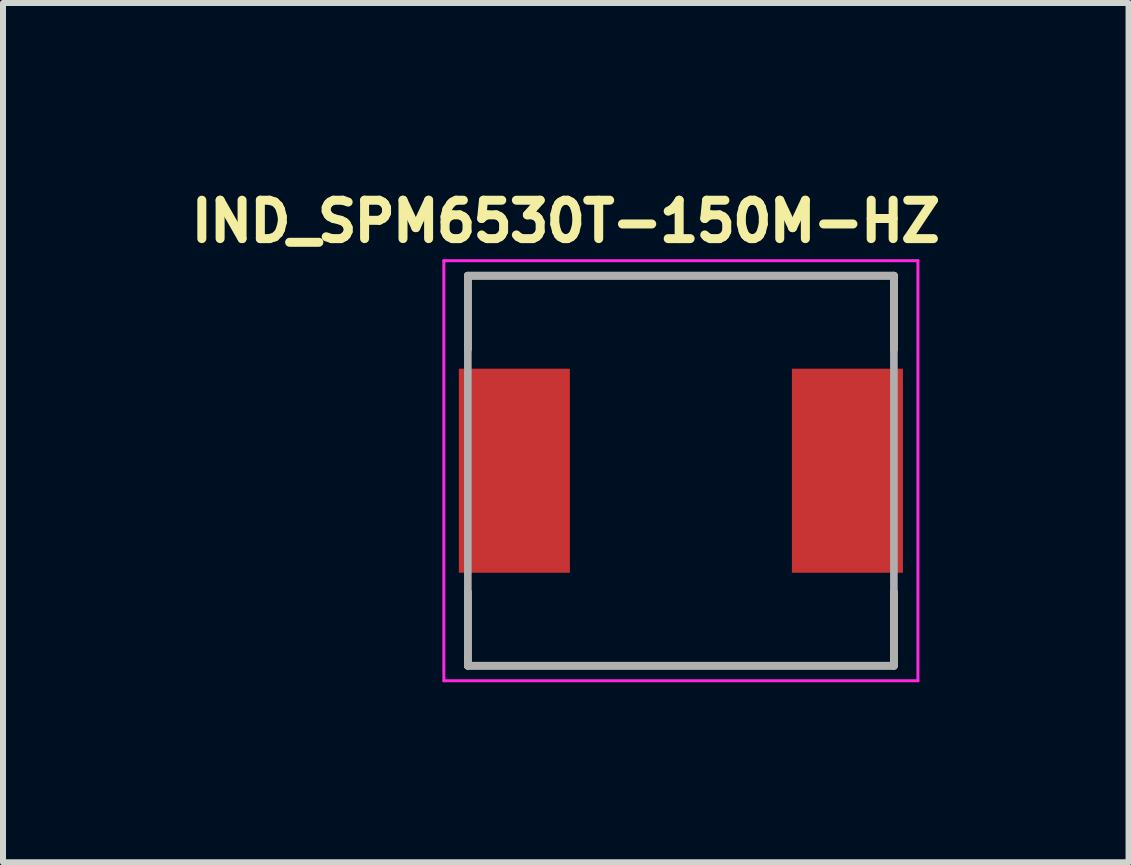
<source format=kicad_pcb>
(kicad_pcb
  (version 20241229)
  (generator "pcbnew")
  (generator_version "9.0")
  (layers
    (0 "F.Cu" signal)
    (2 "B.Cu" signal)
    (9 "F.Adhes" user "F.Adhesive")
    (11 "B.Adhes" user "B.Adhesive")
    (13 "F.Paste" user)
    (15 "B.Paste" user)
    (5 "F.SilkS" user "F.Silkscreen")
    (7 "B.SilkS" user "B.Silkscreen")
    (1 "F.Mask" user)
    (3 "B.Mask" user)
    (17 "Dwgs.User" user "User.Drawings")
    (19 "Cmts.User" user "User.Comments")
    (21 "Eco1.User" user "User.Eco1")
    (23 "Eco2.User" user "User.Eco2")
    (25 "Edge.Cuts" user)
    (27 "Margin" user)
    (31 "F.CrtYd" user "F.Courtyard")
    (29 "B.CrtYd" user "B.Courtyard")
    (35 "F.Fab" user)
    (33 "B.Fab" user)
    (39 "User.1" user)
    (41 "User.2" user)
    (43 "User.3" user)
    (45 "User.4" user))
  (footprint "IND_SPM6530T-150M-HZ"
    (layer "F.Cu")
    (at 8.296 4.794)
    (property "Reference" "IND_SPM6530T-150M-HZ" (at -1.918 -4.156 0) (layer "F.SilkS") (effects (font (size 0.64 0.64) (thickness 0.15))))
    (attr smd)
    (fp_line (start -3.55 -3.25) (end -3.55 -2.02) (stroke (width 0.127) (type solid)) (layer "F.SilkS"))
    (fp_line (start -3.55 -3.25) (end 3.55 -3.25) (stroke (width 0.127) (type solid)) (layer "F.SilkS"))
    (fp_line (start -3.55 3.25) (end -3.55 2.02) (stroke (width 0.127) (type solid)) (layer "F.SilkS"))
    (fp_line (start -3.55 3.25) (end 3.55 3.25) (stroke (width 0.127) (type solid)) (layer "F.SilkS"))
    (fp_line (start 3.55 -3.25) (end 3.55 -2.02) (stroke (width 0.127) (type solid)) (layer "F.SilkS"))
    (fp_line (start 3.55 3.25) (end 3.55 2.02) (stroke (width 0.127) (type solid)) (layer "F.SilkS"))
    (fp_line (start -3.95 -3.5) (end -3.95 3.5) (stroke (width 0.05) (type solid)) (layer "F.CrtYd"))
    (fp_line (start -3.95 3.5) (end 3.95 3.5) (stroke (width 0.05) (type solid)) (layer "F.CrtYd"))
    (fp_line (start 3.95 -3.5) (end -3.95 -3.5) (stroke (width 0.05) (type solid)) (layer "F.CrtYd"))
    (fp_line (start 3.95 3.5) (end 3.95 -3.5) (stroke (width 0.05) (type solid)) (layer "F.CrtYd"))
    (fp_line (start -3.55 -3.25) (end -3.55 3.25) (stroke (width 0.127) (type solid)) (layer "F.Fab"))
    (fp_line (start -3.55 -3.25) (end 3.55 -3.25) (stroke (width 0.127) (type solid)) (layer "F.Fab"))
    (fp_line (start -3.55 3.25) (end 3.55 3.25) (stroke (width 0.127) (type solid)) (layer "F.Fab"))
    (fp_line (start 3.55 -3.25) (end 3.55 3.25) (stroke (width 0.127) (type solid)) (layer "F.Fab"))
    (pad "1" smd rect (at -2.775 0) (size 1.85 3.4) (layers "F.Cu" "F.Mask" "F.Paste"))
    (pad "2" smd rect (at 2.775 0) (size 1.85 3.4) (layers "F.Cu" "F.Mask" "F.Paste")))
  (gr_rect
    (start -3 -3)
    (end 15.756 11.319)
    (stroke (width 0.1) (type default))
    (fill no)
    (layer "Edge.Cuts")))
</source>
